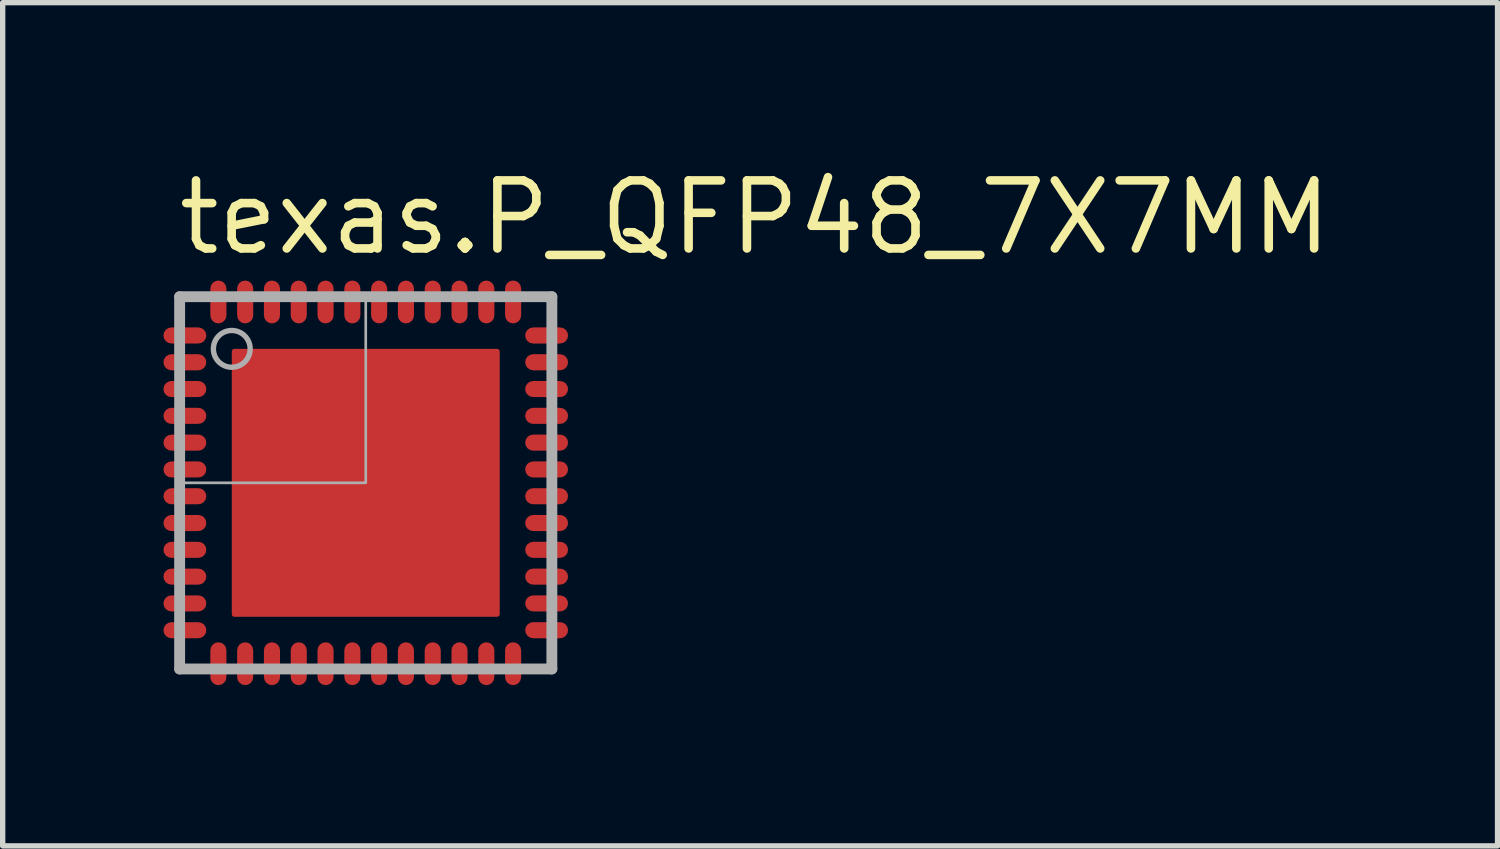
<source format=kicad_pcb>
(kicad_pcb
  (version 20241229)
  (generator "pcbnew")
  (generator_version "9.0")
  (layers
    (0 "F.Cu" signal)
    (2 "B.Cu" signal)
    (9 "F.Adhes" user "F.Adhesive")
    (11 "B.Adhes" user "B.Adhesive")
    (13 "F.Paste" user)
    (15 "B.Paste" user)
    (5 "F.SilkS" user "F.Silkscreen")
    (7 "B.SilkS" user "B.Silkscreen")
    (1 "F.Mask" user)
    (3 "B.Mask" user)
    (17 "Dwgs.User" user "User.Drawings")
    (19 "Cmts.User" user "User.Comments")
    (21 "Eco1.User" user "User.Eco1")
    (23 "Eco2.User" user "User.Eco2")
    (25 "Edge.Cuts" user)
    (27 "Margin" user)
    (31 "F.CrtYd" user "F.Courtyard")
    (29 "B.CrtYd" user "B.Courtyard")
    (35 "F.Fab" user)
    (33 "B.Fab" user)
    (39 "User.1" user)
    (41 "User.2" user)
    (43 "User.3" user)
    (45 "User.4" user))
  (footprint "texas.P_QFP48_7X7MM"
    (layer "F.Cu")
    (at 3.775 5.96)
    (property "Reference" "texas.P_QFP48_7X7MM" (at -3.575 -4.21 0) (layer "F.SilkS") (effects (font (size 1.27 1.27) (thickness 0.16)) (justify left bottom)))
    (attr smd)
    (fp_line (start -3.473 -3.473) (end -3.473 3.473) (stroke (width 0.203) (type default)) (layer "F.Fab"))
    (fp_line (start -3.473 3.473) (end 3.473 3.473) (stroke (width 0.203) (type default)) (layer "F.Fab"))
    (fp_line (start 3.473 -3.473) (end -3.473 -3.473) (stroke (width 0.203) (type default)) (layer "F.Fab"))
    (fp_line (start 3.473 3.473) (end 3.473 -3.473) (stroke (width 0.203) (type default)) (layer "F.Fab"))
    (fp_rect (start -3.5 0) (end 0 -3.5) (stroke (width 0.05) (type default)) (fill no) (layer "F.Fab"))
    (fp_circle (center -2.5 -2.5) (end -2.157 -2.5) (stroke (width 0.1) (type default)) (fill no) (layer "F.Fab"))
    (pad "1" smd roundrect (at -3.375 -2.75) (size 0.8 0.3) (layers "F.Cu" "F.Mask" "F.Paste") (roundrect_rratio 0.5))
    (pad "2" smd roundrect (at -3.375 -2.25) (size 0.8 0.3) (layers "F.Cu" "F.Mask" "F.Paste") (roundrect_rratio 0.5))
    (pad "3" smd roundrect (at -3.375 -1.75) (size 0.8 0.3) (layers "F.Cu" "F.Mask" "F.Paste") (roundrect_rratio 0.5))
    (pad "4" smd roundrect (at -3.375 -1.25) (size 0.8 0.3) (layers "F.Cu" "F.Mask" "F.Paste") (roundrect_rratio 0.5))
    (pad "5" smd roundrect (at -3.375 -0.75) (size 0.8 0.3) (layers "F.Cu" "F.Mask" "F.Paste") (roundrect_rratio 0.5))
    (pad "6" smd roundrect (at -3.375 -0.25) (size 0.8 0.3) (layers "F.Cu" "F.Mask" "F.Paste") (roundrect_rratio 0.5))
    (pad "7" smd roundrect (at -3.375 0.25) (size 0.8 0.3) (layers "F.Cu" "F.Mask" "F.Paste") (roundrect_rratio 0.5))
    (pad "8" smd roundrect (at -3.375 0.75) (size 0.8 0.3) (layers "F.Cu" "F.Mask" "F.Paste") (roundrect_rratio 0.5))
    (pad "9" smd roundrect (at -3.375 1.25) (size 0.8 0.3) (layers "F.Cu" "F.Mask" "F.Paste") (roundrect_rratio 0.5))
    (pad "10" smd roundrect (at -3.375 1.75) (size 0.8 0.3) (layers "F.Cu" "F.Mask" "F.Paste") (roundrect_rratio 0.5))
    (pad "11" smd roundrect (at -3.375 2.25) (size 0.8 0.3) (layers "F.Cu" "F.Mask" "F.Paste") (roundrect_rratio 0.5))
    (pad "12" smd roundrect (at -3.375 2.75) (size 0.8 0.3) (layers "F.Cu" "F.Mask" "F.Paste") (roundrect_rratio 0.5))
    (pad "13" smd roundrect (at -2.75 3.375) (size 0.3 0.8) (layers "F.Cu" "F.Mask" "F.Paste") (roundrect_rratio 0.5))
    (pad "14" smd roundrect (at -2.25 3.375) (size 0.3 0.8) (layers "F.Cu" "F.Mask" "F.Paste") (roundrect_rratio 0.5))
    (pad "15" smd roundrect (at -1.75 3.375) (size 0.3 0.8) (layers "F.Cu" "F.Mask" "F.Paste") (roundrect_rratio 0.5))
    (pad "16" smd roundrect (at -1.25 3.375) (size 0.3 0.8) (layers "F.Cu" "F.Mask" "F.Paste") (roundrect_rratio 0.5))
    (pad "17" smd roundrect (at -0.75 3.375) (size 0.3 0.8) (layers "F.Cu" "F.Mask" "F.Paste") (roundrect_rratio 0.5))
    (pad "18" smd roundrect (at -0.25 3.375) (size 0.3 0.8) (layers "F.Cu" "F.Mask" "F.Paste") (roundrect_rratio 0.5))
    (pad "19" smd roundrect (at 0.25 3.375) (size 0.3 0.8) (layers "F.Cu" "F.Mask" "F.Paste") (roundrect_rratio 0.5))
    (pad "20" smd roundrect (at 0.75 3.375) (size 0.3 0.8) (layers "F.Cu" "F.Mask" "F.Paste") (roundrect_rratio 0.5))
    (pad "21" smd roundrect (at 1.25 3.375) (size 0.3 0.8) (layers "F.Cu" "F.Mask" "F.Paste") (roundrect_rratio 0.5))
    (pad "22" smd roundrect (at 1.75 3.375) (size 0.3 0.8) (layers "F.Cu" "F.Mask" "F.Paste") (roundrect_rratio 0.5))
    (pad "23" smd roundrect (at 2.25 3.375) (size 0.3 0.8) (layers "F.Cu" "F.Mask" "F.Paste") (roundrect_rratio 0.5))
    (pad "24" smd roundrect (at 2.75 3.375) (size 0.3 0.8) (layers "F.Cu" "F.Mask" "F.Paste") (roundrect_rratio 0.5))
    (pad "25" smd roundrect (at 3.375 2.75) (size 0.8 0.3) (layers "F.Cu" "F.Mask" "F.Paste") (roundrect_rratio 0.5))
    (pad "26" smd roundrect (at 3.375 2.25) (size 0.8 0.3) (layers "F.Cu" "F.Mask" "F.Paste") (roundrect_rratio 0.5))
    (pad "27" smd roundrect (at 3.375 1.75) (size 0.8 0.3) (layers "F.Cu" "F.Mask" "F.Paste") (roundrect_rratio 0.5))
    (pad "28" smd roundrect (at 3.375 1.25) (size 0.8 0.3) (layers "F.Cu" "F.Mask" "F.Paste") (roundrect_rratio 0.5))
    (pad "29" smd roundrect (at 3.375 0.75) (size 0.8 0.3) (layers "F.Cu" "F.Mask" "F.Paste") (roundrect_rratio 0.5))
    (pad "30" smd roundrect (at 3.375 0.25) (size 0.8 0.3) (layers "F.Cu" "F.Mask" "F.Paste") (roundrect_rratio 0.5))
    (pad "31" smd roundrect (at 3.375 -0.25) (size 0.8 0.3) (layers "F.Cu" "F.Mask" "F.Paste") (roundrect_rratio 0.5))
    (pad "32" smd roundrect (at 3.375 -0.75) (size 0.8 0.3) (layers "F.Cu" "F.Mask" "F.Paste") (roundrect_rratio 0.5))
    (pad "33" smd roundrect (at 3.375 -1.25) (size 0.8 0.3) (layers "F.Cu" "F.Mask" "F.Paste") (roundrect_rratio 0.5))
    (pad "34" smd roundrect (at 3.375 -1.75) (size 0.8 0.3) (layers "F.Cu" "F.Mask" "F.Paste") (roundrect_rratio 0.5))
    (pad "35" smd roundrect (at 3.375 -2.25) (size 0.8 0.3) (layers "F.Cu" "F.Mask" "F.Paste") (roundrect_rratio 0.5))
    (pad "36" smd roundrect (at 3.375 -2.75) (size 0.8 0.3) (layers "F.Cu" "F.Mask" "F.Paste") (roundrect_rratio 0.5))
    (pad "37" smd roundrect (at 2.75 -3.375) (size 0.3 0.8) (layers "F.Cu" "F.Mask" "F.Paste") (roundrect_rratio 0.5))
    (pad "38" smd roundrect (at 2.25 -3.375) (size 0.3 0.8) (layers "F.Cu" "F.Mask" "F.Paste") (roundrect_rratio 0.5))
    (pad "39" smd roundrect (at 1.75 -3.375) (size 0.3 0.8) (layers "F.Cu" "F.Mask" "F.Paste") (roundrect_rratio 0.5))
    (pad "40" smd roundrect (at 1.25 -3.375) (size 0.3 0.8) (layers "F.Cu" "F.Mask" "F.Paste") (roundrect_rratio 0.5))
    (pad "41" smd roundrect (at 0.75 -3.375) (size 0.3 0.8) (layers "F.Cu" "F.Mask" "F.Paste") (roundrect_rratio 0.5))
    (pad "42" smd roundrect (at 0.25 -3.375) (size 0.3 0.8) (layers "F.Cu" "F.Mask" "F.Paste") (roundrect_rratio 0.5))
    (pad "43" smd roundrect (at -0.25 -3.375) (size 0.3 0.8) (layers "F.Cu" "F.Mask" "F.Paste") (roundrect_rratio 0.5))
    (pad "44" smd roundrect (at -0.75 -3.375) (size 0.3 0.8) (layers "F.Cu" "F.Mask" "F.Paste") (roundrect_rratio 0.5))
    (pad "45" smd roundrect (at -1.25 -3.375) (size 0.3 0.8) (layers "F.Cu" "F.Mask" "F.Paste") (roundrect_rratio 0.5))
    (pad "46" smd roundrect (at -1.75 -3.375) (size 0.3 0.8) (layers "F.Cu" "F.Mask" "F.Paste") (roundrect_rratio 0.5))
    (pad "47" smd roundrect (at -2.25 -3.375) (size 0.3 0.8) (layers "F.Cu" "F.Mask" "F.Paste") (roundrect_rratio 0.5))
    (pad "48" smd roundrect (at -2.75 -3.375) (size 0.3 0.8) (layers "F.Cu" "F.Mask" "F.Paste") (roundrect_rratio 0.5))
    (pad "EXP" smd roundrect (at 0 0) (size 5 5) (layers "F.Cu" "F.Mask" "F.Paste") (roundrect_rratio 0.01)))
  (gr_rect
    (start -3 -3)
    (end 24.895 12.735)
    (stroke (width 0.1) (type default))
    (fill no)
    (layer "Edge.Cuts")))
</source>
